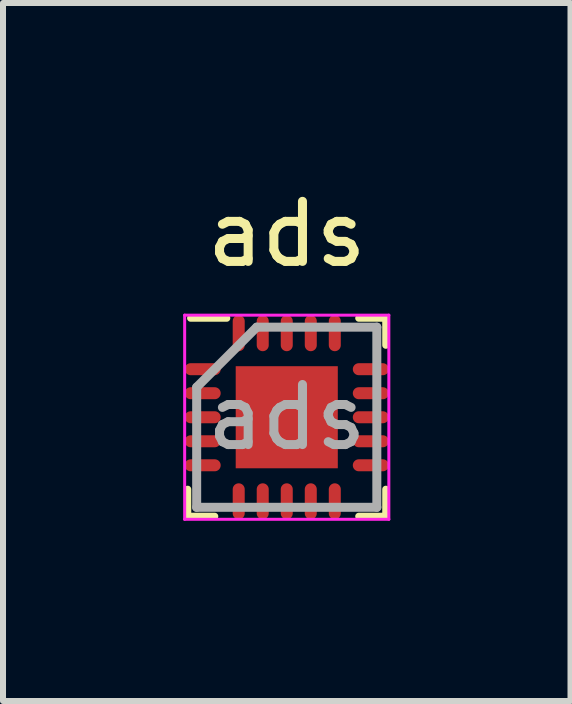
<source format=kicad_pcb>
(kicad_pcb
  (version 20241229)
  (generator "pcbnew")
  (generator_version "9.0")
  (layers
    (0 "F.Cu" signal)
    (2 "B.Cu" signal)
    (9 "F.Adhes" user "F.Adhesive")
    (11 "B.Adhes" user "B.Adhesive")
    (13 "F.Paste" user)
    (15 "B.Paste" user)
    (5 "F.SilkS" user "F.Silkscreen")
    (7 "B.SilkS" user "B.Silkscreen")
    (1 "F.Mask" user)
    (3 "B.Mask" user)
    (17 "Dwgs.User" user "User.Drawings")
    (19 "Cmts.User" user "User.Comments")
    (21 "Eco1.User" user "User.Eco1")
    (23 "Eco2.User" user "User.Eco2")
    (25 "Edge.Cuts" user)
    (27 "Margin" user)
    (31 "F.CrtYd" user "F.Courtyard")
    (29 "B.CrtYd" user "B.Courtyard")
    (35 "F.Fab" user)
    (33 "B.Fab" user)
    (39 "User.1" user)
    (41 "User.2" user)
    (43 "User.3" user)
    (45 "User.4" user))
  (footprint "ads"
    (layer "F.Cu")
    (at 1.725 3.898)
    (property "Reference" "ads" (at 0 -3.05 0) (unlocked yes) (layer "F.SilkS") (effects (font (size 1 1) (thickness 0.15))))
    (attr smd)
    (fp_line (start -1.65 1.65) (end -1.65 1.2) (stroke (width 0.12) (type default)) (layer "F.SilkS"))
    (fp_line (start -1.2 1.65) (end -1.65 1.65) (stroke (width 0.12) (type default)) (layer "F.SilkS"))
    (fp_line (start -1 -1.65) (end -1.6 -1.65) (stroke (width 0.12) (type default)) (layer "F.SilkS"))
    (fp_line (start 1.2 -1.65) (end 1.65 -1.65) (stroke (width 0.12) (type default)) (layer "F.SilkS"))
    (fp_line (start 1.2 1.65) (end 1.65 1.65) (stroke (width 0.12) (type default)) (layer "F.SilkS"))
    (fp_line (start 1.65 -1.65) (end 1.65 -1.2) (stroke (width 0.12) (type default)) (layer "F.SilkS"))
    (fp_line (start 1.65 1.65) (end 1.65 1.2) (stroke (width 0.12) (type default)) (layer "F.SilkS"))
    (fp_line (start -1.7 -1.7) (end 1.7 -1.7) (stroke (width 0.05) (type default)) (layer "F.CrtYd"))
    (fp_line (start -1.7 1.7) (end -1.7 -1.7) (stroke (width 0.05) (type default)) (layer "F.CrtYd"))
    (fp_line (start 1.7 -1.7) (end 1.7 1.7) (stroke (width 0.05) (type default)) (layer "F.CrtYd"))
    (fp_line (start 1.7 1.7) (end -1.7 1.7) (stroke (width 0.05) (type default)) (layer "F.CrtYd"))
    (fp_line (start -1.5 -0.5) (end -1.5 1.5) (stroke (width 0.15) (type default)) (layer "F.Fab"))
    (fp_line (start -1.5 1.5) (end 1.5 1.5) (stroke (width 0.15) (type default)) (layer "F.Fab"))
    (fp_line (start -0.5 -1.5) (end -1.5 -0.5) (stroke (width 0.15) (type default)) (layer "F.Fab"))
    (fp_line (start 1.5 -1.5) (end -0.5 -1.5) (stroke (width 0.15) (type default)) (layer "F.Fab"))
    (fp_line (start 1.5 1.5) (end 1.5 -1.5) (stroke (width 0.15) (type default)) (layer "F.Fab"))
    (fp_text user "${REFERENCE}" (at 0 0 0) (layer "F.Fab") (effects (font (size 1 1) (thickness 0.15))))
    (pad "" smd rect (at -0.567 -0.567) (size 0.000001 0.000001) (layers "F.Paste"))
    (pad "" smd rect (at -0.567 0) (size 0.000001 0.000001) (layers "F.Paste"))
    (pad "" smd rect (at -0.567 0.567) (size 0.000001 0.000001) (layers "F.Paste"))
    (pad "" smd rect (at 0 -0.567) (size 0.000001 0.000001) (layers "F.Paste"))
    (pad "" smd rect (at 0 0) (size 0.000001 0.000001) (layers "F.Paste"))
    (pad "" smd rect (at 0 0.567) (size 0.000001 0.000001) (layers "F.Paste"))
    (pad "" smd rect (at 0.567 -0.567) (size 0.000001 0.000001) (layers "F.Paste"))
    (pad "" smd rect (at 0.567 0) (size 0.000001 0.000001) (layers "F.Paste"))
    (pad "" smd rect (at 0.567 0.567) (size 0.000001 0.000001) (layers "F.Paste"))
    (pad "1" smd oval (at -1.4 -0.8 90) (size 0.2 0.6) (layers "F.Cu" "F.Mask" "F.Paste"))
    (pad "2" smd oval (at -1.4 -0.4 90) (size 0.2 0.6) (layers "F.Cu" "F.Mask" "F.Paste"))
    (pad "3" smd oval (at -1.4 0 90) (size 0.2 0.6) (layers "F.Cu" "F.Mask" "F.Paste"))
    (pad "4" smd oval (at -1.4 0.4 90) (size 0.2 0.6) (layers "F.Cu" "F.Mask" "F.Paste"))
    (pad "5" smd oval (at -1.4 0.8 90) (size 0.2 0.6) (layers "F.Cu" "F.Mask" "F.Paste"))
    (pad "6" smd oval (at -0.8 1.4) (size 0.2 0.6) (layers "F.Cu" "F.Mask" "F.Paste"))
    (pad "7" smd oval (at -0.4 1.4) (size 0.2 0.6) (layers "F.Cu" "F.Mask" "F.Paste"))
    (pad "8" smd oval (at 0 1.4) (size 0.2 0.6) (layers "F.Cu" "F.Mask" "F.Paste"))
    (pad "9" smd oval (at 0.4 1.4) (size 0.2 0.6) (layers "F.Cu" "F.Mask" "F.Paste"))
    (pad "10" smd oval (at 0.8 1.4) (size 0.2 0.6) (layers "F.Cu" "F.Mask" "F.Paste"))
    (pad "11" smd oval (at 1.4 0.8 90) (size 0.2 0.6) (layers "F.Cu" "F.Mask" "F.Paste"))
    (pad "12" smd oval (at 1.4 0.4 90) (size 0.2 0.6) (layers "F.Cu" "F.Mask" "F.Paste"))
    (pad "13" smd oval (at 1.4 0 90) (size 0.2 0.6) (layers "F.Cu" "F.Mask" "F.Paste"))
    (pad "14" smd oval (at 1.4 -0.4 90) (size 0.2 0.6) (layers "F.Cu" "F.Mask" "F.Paste"))
    (pad "15" smd oval (at 1.4 -0.8 90) (size 0.2 0.6) (layers "F.Cu" "F.Mask" "F.Paste"))
    (pad "16" smd oval (at 0.8 -1.4) (size 0.2 0.6) (layers "F.Cu" "F.Mask" "F.Paste"))
    (pad "17" smd oval (at 0.4 -1.4) (size 0.2 0.6) (layers "F.Cu" "F.Mask" "F.Paste"))
    (pad "18" smd oval (at 0 -1.4) (size 0.2 0.6) (layers "F.Cu" "F.Mask" "F.Paste"))
    (pad "19" smd oval (at -0.4 -1.4) (size 0.2 0.6) (layers "F.Cu" "F.Mask" "F.Paste"))
    (pad "20" smd oval (at -0.8 -1.4) (size 0.2 0.6) (layers "F.Cu" "F.Mask" "F.Paste"))
    (pad "21" smd rect (at 0 0) (size 1.7 1.7) (layers "F.Cu" "F.Mask")))
  (gr_rect
    (start -3 -3)
    (end 6.45 8.623)
    (stroke (width 0.1) (type default))
    (fill no)
    (layer "Edge.Cuts")))
</source>
